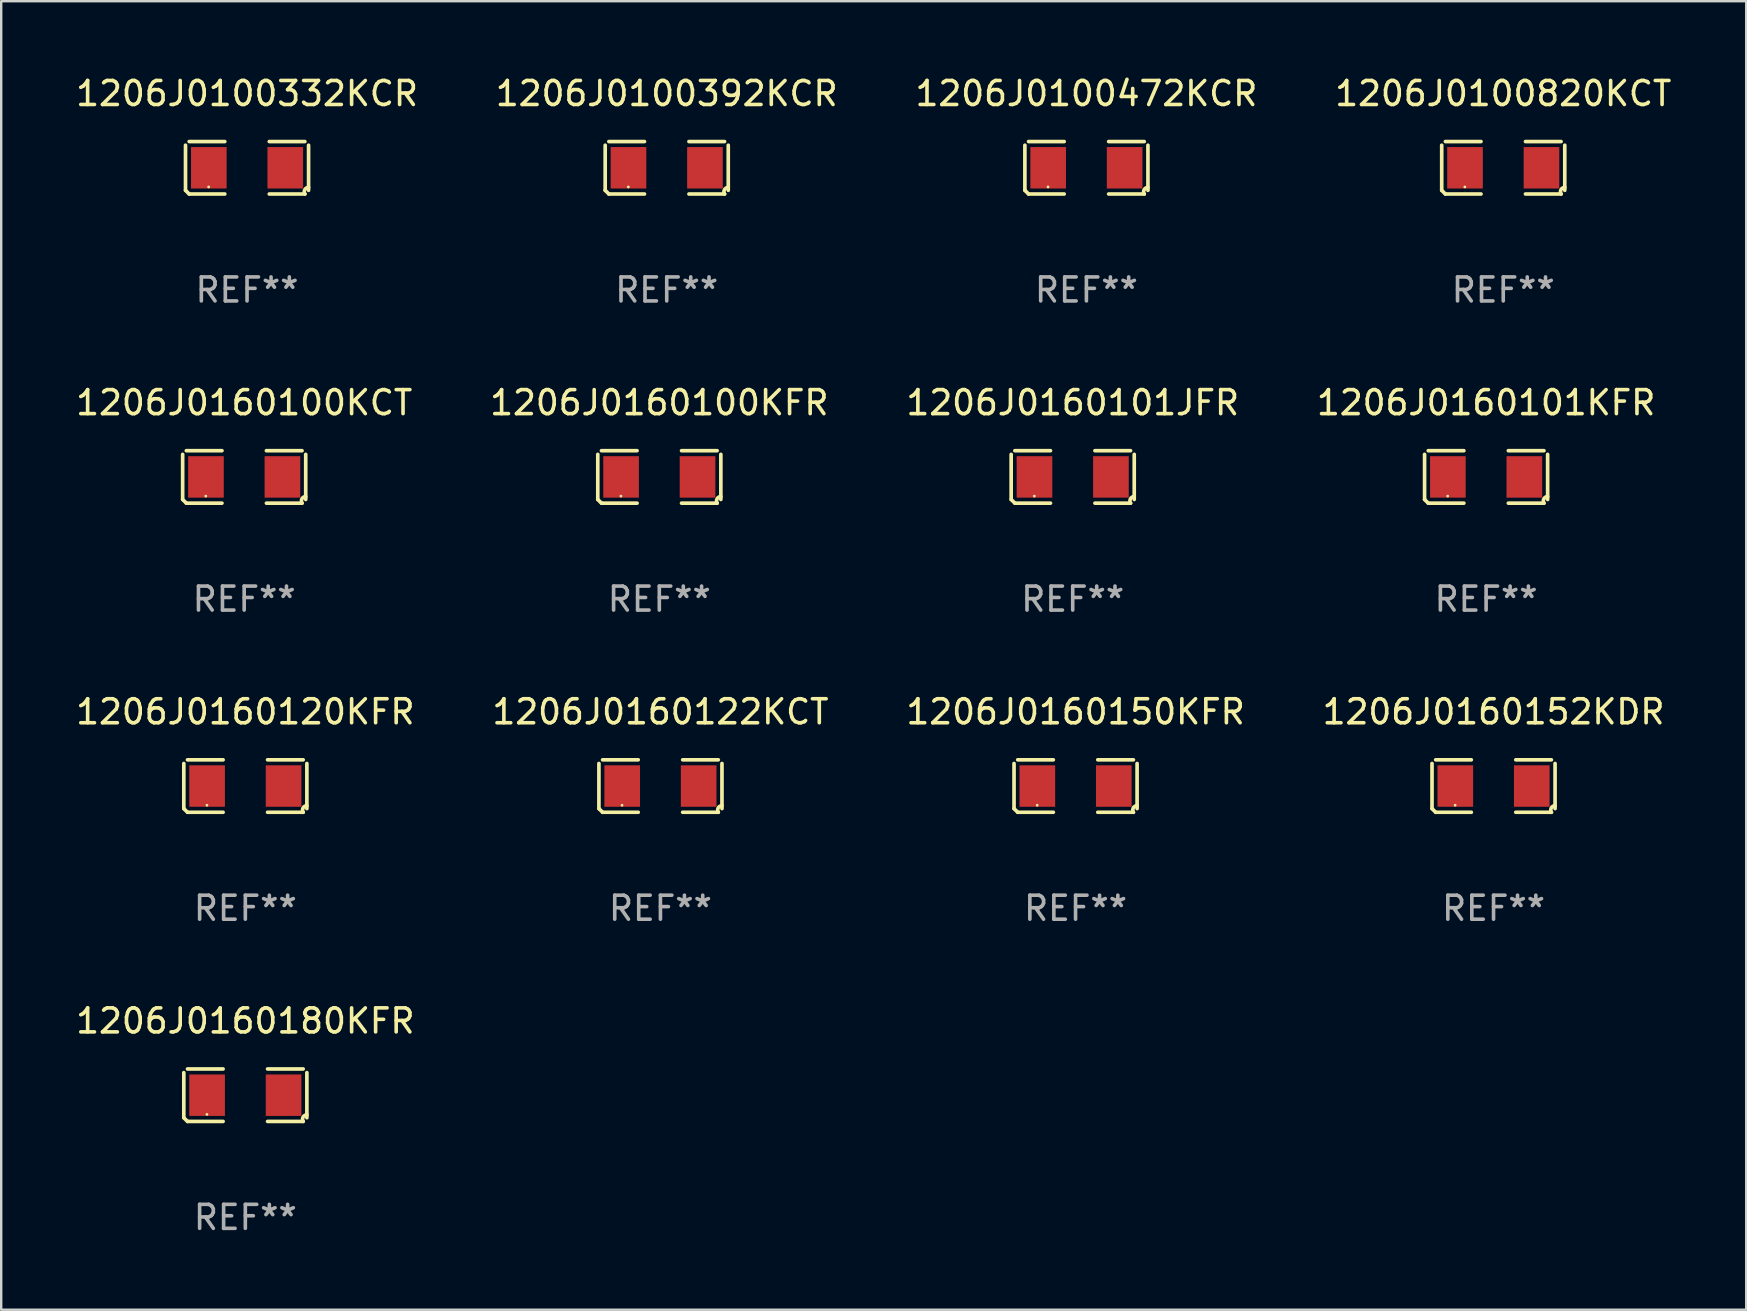
<source format=kicad_pcb>
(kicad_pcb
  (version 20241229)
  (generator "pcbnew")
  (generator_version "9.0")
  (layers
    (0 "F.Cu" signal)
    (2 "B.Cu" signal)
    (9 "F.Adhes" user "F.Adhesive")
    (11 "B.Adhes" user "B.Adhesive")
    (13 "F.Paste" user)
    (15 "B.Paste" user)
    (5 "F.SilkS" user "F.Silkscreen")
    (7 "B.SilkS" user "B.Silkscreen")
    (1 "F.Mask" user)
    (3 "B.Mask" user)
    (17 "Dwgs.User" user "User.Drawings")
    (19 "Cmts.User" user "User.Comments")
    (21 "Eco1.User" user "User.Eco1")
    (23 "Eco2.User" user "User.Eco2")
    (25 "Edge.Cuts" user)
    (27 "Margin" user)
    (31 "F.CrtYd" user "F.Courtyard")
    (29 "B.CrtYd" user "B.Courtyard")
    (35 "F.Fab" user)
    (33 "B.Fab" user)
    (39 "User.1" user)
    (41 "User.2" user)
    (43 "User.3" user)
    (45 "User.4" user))
  (footprint "1206J0160100KFR"
    (layer "F.Cu")
    (at 24.423 16.823)
    (property "Reference" "1206J0160100KFR" (at 0 -3.093 0) (layer "F.SilkS") (effects (font (size 1 1) (thickness 0.15))))
    (attr through_hole)
    (fp_line (start -2.564 0.94) (end -2.564 -0.94) (stroke (width 0.152) (type solid)) (layer "F.SilkS"))
    (fp_line (start -2.411 -1.093) (end -0.926 -1.093) (stroke (width 0.152) (type solid)) (layer "F.SilkS"))
    (fp_line (start -0.926 1.093) (end -2.411 1.093) (stroke (width 0.152) (type solid)) (layer "F.SilkS"))
    (fp_line (start 0.926 1.093) (end 2.411 1.093) (stroke (width 0.152) (type solid)) (layer "F.SilkS"))
    (fp_line (start 2.411 -1.093) (end 0.926 -1.093) (stroke (width 0.152) (type solid)) (layer "F.SilkS"))
    (fp_line (start 2.564 0.94) (end 2.564 -0.94) (stroke (width 0.152) (type solid)) (layer "F.SilkS"))
    (fp_arc (start -2.411201 1.092609) (mid -2.487413 1.01642) (end -2.563602 0.940208) (stroke (width 0.1524) (type solid)) (layer "F.SilkS"))
    (fp_arc (start 2.411201 1.092609) (mid 2.407159 0.911226) (end 2.563602 0.819347) (stroke (width 0.1524) (type solid)) (layer "F.SilkS"))
    (fp_circle (center -1.6 0.8) (end -1.57 0.8) (stroke (width 0.06) (type solid)) (fill no) (layer "F.SilkS"))
    (fp_text user "REF**" (at 0 5.093 0) (layer "F.Fab") (effects (font (size 1 1) (thickness 0.15))))
    (pad "1" smd rect (at -1.593 0) (size 1.485 1.728) (layers "F.Cu" "F.Mask" "F.Paste"))
    (pad "2" smd rect (at 1.593 0) (size 1.485 1.728) (layers "F.Cu" "F.Mask" "F.Paste")))
  (footprint "1206J0160122KCT"
    (layer "F.Cu")
    (at 24.47 29.704)
    (property "Reference" "1206J0160122KCT" (at 0 -3.093 0) (layer "F.SilkS") (effects (font (size 1 1) (thickness 0.15))))
    (attr through_hole)
    (fp_line (start -2.564 0.94) (end -2.564 -0.94) (stroke (width 0.152) (type solid)) (layer "F.SilkS"))
    (fp_line (start -2.411 -1.093) (end -0.926 -1.093) (stroke (width 0.152) (type solid)) (layer "F.SilkS"))
    (fp_line (start -0.926 1.093) (end -2.411 1.093) (stroke (width 0.152) (type solid)) (layer "F.SilkS"))
    (fp_line (start 0.926 1.093) (end 2.411 1.093) (stroke (width 0.152) (type solid)) (layer "F.SilkS"))
    (fp_line (start 2.411 -1.093) (end 0.926 -1.093) (stroke (width 0.152) (type solid)) (layer "F.SilkS"))
    (fp_line (start 2.564 0.94) (end 2.564 -0.94) (stroke (width 0.152) (type solid)) (layer "F.SilkS"))
    (fp_arc (start -2.411201 1.092609) (mid -2.487413 1.01642) (end -2.563602 0.940208) (stroke (width 0.1524) (type solid)) (layer "F.SilkS"))
    (fp_arc (start 2.411201 1.092609) (mid 2.407159 0.911226) (end 2.563602 0.819347) (stroke (width 0.1524) (type solid)) (layer "F.SilkS"))
    (fp_circle (center -1.6 0.8) (end -1.57 0.8) (stroke (width 0.06) (type solid)) (fill no) (layer "F.SilkS"))
    (fp_text user "REF**" (at 0 5.093 0) (layer "F.Fab") (effects (font (size 1 1) (thickness 0.15))))
    (pad "1" smd rect (at -1.593 0) (size 1.485 1.728) (layers "F.Cu" "F.Mask" "F.Paste"))
    (pad "2" smd rect (at 1.593 0) (size 1.485 1.728) (layers "F.Cu" "F.Mask" "F.Paste")))
  (footprint "1206J0100392KCR"
    (layer "F.Cu")
    (at 24.732 3.941)
    (property "Reference" "1206J0100392KCR" (at 0 -3.093 0) (layer "F.SilkS") (effects (font (size 1 1) (thickness 0.15))))
    (attr through_hole)
    (fp_line (start -2.564 0.94) (end -2.564 -0.94) (stroke (width 0.152) (type solid)) (layer "F.SilkS"))
    (fp_line (start -2.411 -1.093) (end -0.926 -1.093) (stroke (width 0.152) (type solid)) (layer "F.SilkS"))
    (fp_line (start -0.926 1.093) (end -2.411 1.093) (stroke (width 0.152) (type solid)) (layer "F.SilkS"))
    (fp_line (start 0.926 1.093) (end 2.411 1.093) (stroke (width 0.152) (type solid)) (layer "F.SilkS"))
    (fp_line (start 2.411 -1.093) (end 0.926 -1.093) (stroke (width 0.152) (type solid)) (layer "F.SilkS"))
    (fp_line (start 2.564 0.94) (end 2.564 -0.94) (stroke (width 0.152) (type solid)) (layer "F.SilkS"))
    (fp_arc (start -2.411201 1.092609) (mid -2.487413 1.01642) (end -2.563602 0.940208) (stroke (width 0.1524) (type solid)) (layer "F.SilkS"))
    (fp_arc (start 2.411201 1.092609) (mid 2.407159 0.911226) (end 2.563602 0.819347) (stroke (width 0.1524) (type solid)) (layer "F.SilkS"))
    (fp_circle (center -1.6 0.8) (end -1.57 0.8) (stroke (width 0.06) (type solid)) (fill no) (layer "F.SilkS"))
    (fp_text user "REF**" (at 0 5.093 0) (layer "F.Fab") (effects (font (size 1 1) (thickness 0.15))))
    (pad "1" smd rect (at -1.593 0) (size 1.485 1.728) (layers "F.Cu" "F.Mask" "F.Paste"))
    (pad "2" smd rect (at 1.593 0) (size 1.485 1.728) (layers "F.Cu" "F.Mask" "F.Paste")))
  (footprint "1206J0160150KFR"
    (layer "F.Cu")
    (at 41.768 29.704)
    (property "Reference" "1206J0160150KFR" (at 0 -3.093 0) (layer "F.SilkS") (effects (font (size 1 1) (thickness 0.15))))
    (attr through_hole)
    (fp_line (start -2.564 0.94) (end -2.564 -0.94) (stroke (width 0.152) (type solid)) (layer "F.SilkS"))
    (fp_line (start -2.411 -1.093) (end -0.926 -1.093) (stroke (width 0.152) (type solid)) (layer "F.SilkS"))
    (fp_line (start -0.926 1.093) (end -2.411 1.093) (stroke (width 0.152) (type solid)) (layer "F.SilkS"))
    (fp_line (start 0.926 1.093) (end 2.411 1.093) (stroke (width 0.152) (type solid)) (layer "F.SilkS"))
    (fp_line (start 2.411 -1.093) (end 0.926 -1.093) (stroke (width 0.152) (type solid)) (layer "F.SilkS"))
    (fp_line (start 2.564 0.94) (end 2.564 -0.94) (stroke (width 0.152) (type solid)) (layer "F.SilkS"))
    (fp_arc (start -2.411201 1.092609) (mid -2.487413 1.01642) (end -2.563602 0.940208) (stroke (width 0.1524) (type solid)) (layer "F.SilkS"))
    (fp_arc (start 2.411201 1.092609) (mid 2.407159 0.911226) (end 2.563602 0.819347) (stroke (width 0.1524) (type solid)) (layer "F.SilkS"))
    (fp_circle (center -1.6 0.8) (end -1.57 0.8) (stroke (width 0.06) (type solid)) (fill no) (layer "F.SilkS"))
    (fp_text user "REF**" (at 0 5.093 0) (layer "F.Fab") (effects (font (size 1 1) (thickness 0.15))))
    (pad "1" smd rect (at -1.593 0) (size 1.485 1.728) (layers "F.Cu" "F.Mask" "F.Paste"))
    (pad "2" smd rect (at 1.593 0) (size 1.485 1.728) (layers "F.Cu" "F.Mask" "F.Paste")))
  (footprint "1206J0160120KFR"
    (layer "F.Cu")
    (at 7.173 29.704)
    (property "Reference" "1206J0160120KFR" (at 0 -3.093 0) (layer "F.SilkS") (effects (font (size 1 1) (thickness 0.15))))
    (attr through_hole)
    (fp_line (start -2.564 0.94) (end -2.564 -0.94) (stroke (width 0.152) (type solid)) (layer "F.SilkS"))
    (fp_line (start -2.411 -1.093) (end -0.926 -1.093) (stroke (width 0.152) (type solid)) (layer "F.SilkS"))
    (fp_line (start -0.926 1.093) (end -2.411 1.093) (stroke (width 0.152) (type solid)) (layer "F.SilkS"))
    (fp_line (start 0.926 1.093) (end 2.411 1.093) (stroke (width 0.152) (type solid)) (layer "F.SilkS"))
    (fp_line (start 2.411 -1.093) (end 0.926 -1.093) (stroke (width 0.152) (type solid)) (layer "F.SilkS"))
    (fp_line (start 2.564 0.94) (end 2.564 -0.94) (stroke (width 0.152) (type solid)) (layer "F.SilkS"))
    (fp_arc (start -2.411201 1.092609) (mid -2.487413 1.01642) (end -2.563602 0.940208) (stroke (width 0.1524) (type solid)) (layer "F.SilkS"))
    (fp_arc (start 2.411201 1.092609) (mid 2.407159 0.911226) (end 2.563602 0.819347) (stroke (width 0.1524) (type solid)) (layer "F.SilkS"))
    (fp_circle (center -1.6 0.8) (end -1.57 0.8) (stroke (width 0.06) (type solid)) (fill no) (layer "F.SilkS"))
    (fp_text user "REF**" (at 0 5.093 0) (layer "F.Fab") (effects (font (size 1 1) (thickness 0.15))))
    (pad "1" smd rect (at -1.593 0) (size 1.485 1.728) (layers "F.Cu" "F.Mask" "F.Paste"))
    (pad "2" smd rect (at 1.593 0) (size 1.485 1.728) (layers "F.Cu" "F.Mask" "F.Paste")))
  (footprint "1206J0100332KCR"
    (layer "F.Cu")
    (at 7.244 3.941)
    (property "Reference" "1206J0100332KCR" (at 0 -3.093 0) (layer "F.SilkS") (effects (font (size 1 1) (thickness 0.15))))
    (attr through_hole)
    (fp_line (start -2.564 0.94) (end -2.564 -0.94) (stroke (width 0.152) (type solid)) (layer "F.SilkS"))
    (fp_line (start -2.411 -1.093) (end -0.926 -1.093) (stroke (width 0.152) (type solid)) (layer "F.SilkS"))
    (fp_line (start -0.926 1.093) (end -2.411 1.093) (stroke (width 0.152) (type solid)) (layer "F.SilkS"))
    (fp_line (start 0.926 1.093) (end 2.411 1.093) (stroke (width 0.152) (type solid)) (layer "F.SilkS"))
    (fp_line (start 2.411 -1.093) (end 0.926 -1.093) (stroke (width 0.152) (type solid)) (layer "F.SilkS"))
    (fp_line (start 2.564 0.94) (end 2.564 -0.94) (stroke (width 0.152) (type solid)) (layer "F.SilkS"))
    (fp_arc (start -2.411201 1.092609) (mid -2.487413 1.01642) (end -2.563602 0.940208) (stroke (width 0.1524) (type solid)) (layer "F.SilkS"))
    (fp_arc (start 2.411201 1.092609) (mid 2.407159 0.911226) (end 2.563602 0.819347) (stroke (width 0.1524) (type solid)) (layer "F.SilkS"))
    (fp_circle (center -1.6 0.8) (end -1.57 0.8) (stroke (width 0.06) (type solid)) (fill no) (layer "F.SilkS"))
    (fp_text user "REF**" (at 0 5.093 0) (layer "F.Fab") (effects (font (size 1 1) (thickness 0.15))))
    (pad "1" smd rect (at -1.593 0) (size 1.485 1.728) (layers "F.Cu" "F.Mask" "F.Paste"))
    (pad "2" smd rect (at 1.593 0) (size 1.485 1.728) (layers "F.Cu" "F.Mask" "F.Paste")))
  (footprint "1206J0160101KFR"
    (layer "F.Cu")
    (at 58.875 16.823)
    (property "Reference" "1206J0160101KFR" (at 0 -3.093 0) (layer "F.SilkS") (effects (font (size 1 1) (thickness 0.15))))
    (attr through_hole)
    (fp_line (start -2.564 0.94) (end -2.564 -0.94) (stroke (width 0.152) (type solid)) (layer "F.SilkS"))
    (fp_line (start -2.411 -1.093) (end -0.926 -1.093) (stroke (width 0.152) (type solid)) (layer "F.SilkS"))
    (fp_line (start -0.926 1.093) (end -2.411 1.093) (stroke (width 0.152) (type solid)) (layer "F.SilkS"))
    (fp_line (start 0.926 1.093) (end 2.411 1.093) (stroke (width 0.152) (type solid)) (layer "F.SilkS"))
    (fp_line (start 2.411 -1.093) (end 0.926 -1.093) (stroke (width 0.152) (type solid)) (layer "F.SilkS"))
    (fp_line (start 2.564 0.94) (end 2.564 -0.94) (stroke (width 0.152) (type solid)) (layer "F.SilkS"))
    (fp_arc (start -2.411201 1.092609) (mid -2.487413 1.01642) (end -2.563602 0.940208) (stroke (width 0.1524) (type solid)) (layer "F.SilkS"))
    (fp_arc (start 2.411201 1.092609) (mid 2.407159 0.911226) (end 2.563602 0.819347) (stroke (width 0.1524) (type solid)) (layer "F.SilkS"))
    (fp_circle (center -1.6 0.8) (end -1.57 0.8) (stroke (width 0.06) (type solid)) (fill no) (layer "F.SilkS"))
    (fp_text user "REF**" (at 0 5.093 0) (layer "F.Fab") (effects (font (size 1 1) (thickness 0.15))))
    (pad "1" smd rect (at -1.593 0) (size 1.485 1.728) (layers "F.Cu" "F.Mask" "F.Paste"))
    (pad "2" smd rect (at 1.593 0) (size 1.485 1.728) (layers "F.Cu" "F.Mask" "F.Paste")))
  (footprint "1206J0100472KCR"
    (layer "F.Cu")
    (at 42.22 3.941)
    (property "Reference" "1206J0100472KCR" (at 0 -3.093 0) (layer "F.SilkS") (effects (font (size 1 1) (thickness 0.15))))
    (attr through_hole)
    (fp_line (start -2.564 0.94) (end -2.564 -0.94) (stroke (width 0.152) (type solid)) (layer "F.SilkS"))
    (fp_line (start -2.411 -1.093) (end -0.926 -1.093) (stroke (width 0.152) (type solid)) (layer "F.SilkS"))
    (fp_line (start -0.926 1.093) (end -2.411 1.093) (stroke (width 0.152) (type solid)) (layer "F.SilkS"))
    (fp_line (start 0.926 1.093) (end 2.411 1.093) (stroke (width 0.152) (type solid)) (layer "F.SilkS"))
    (fp_line (start 2.411 -1.093) (end 0.926 -1.093) (stroke (width 0.152) (type solid)) (layer "F.SilkS"))
    (fp_line (start 2.564 0.94) (end 2.564 -0.94) (stroke (width 0.152) (type solid)) (layer "F.SilkS"))
    (fp_arc (start -2.411201 1.092609) (mid -2.487413 1.01642) (end -2.563602 0.940208) (stroke (width 0.1524) (type solid)) (layer "F.SilkS"))
    (fp_arc (start 2.411201 1.092609) (mid 2.407159 0.911226) (end 2.563602 0.819347) (stroke (width 0.1524) (type solid)) (layer "F.SilkS"))
    (fp_circle (center -1.6 0.8) (end -1.57 0.8) (stroke (width 0.06) (type solid)) (fill no) (layer "F.SilkS"))
    (fp_text user "REF**" (at 0 5.093 0) (layer "F.Fab") (effects (font (size 1 1) (thickness 0.15))))
    (pad "1" smd rect (at -1.593 0) (size 1.485 1.728) (layers "F.Cu" "F.Mask" "F.Paste"))
    (pad "2" smd rect (at 1.593 0) (size 1.485 1.728) (layers "F.Cu" "F.Mask" "F.Paste")))
  (footprint "1206J0160180KFR"
    (layer "F.Cu")
    (at 7.173 42.586)
    (property "Reference" "1206J0160180KFR" (at 0 -3.093 0) (layer "F.SilkS") (effects (font (size 1 1) (thickness 0.15))))
    (attr through_hole)
    (fp_line (start -2.564 0.94) (end -2.564 -0.94) (stroke (width 0.152) (type solid)) (layer "F.SilkS"))
    (fp_line (start -2.411 -1.093) (end -0.926 -1.093) (stroke (width 0.152) (type solid)) (layer "F.SilkS"))
    (fp_line (start -0.926 1.093) (end -2.411 1.093) (stroke (width 0.152) (type solid)) (layer "F.SilkS"))
    (fp_line (start 0.926 1.093) (end 2.411 1.093) (stroke (width 0.152) (type solid)) (layer "F.SilkS"))
    (fp_line (start 2.411 -1.093) (end 0.926 -1.093) (stroke (width 0.152) (type solid)) (layer "F.SilkS"))
    (fp_line (start 2.564 0.94) (end 2.564 -0.94) (stroke (width 0.152) (type solid)) (layer "F.SilkS"))
    (fp_arc (start -2.411201 1.092609) (mid -2.487413 1.01642) (end -2.563602 0.940208) (stroke (width 0.1524) (type solid)) (layer "F.SilkS"))
    (fp_arc (start 2.411201 1.092609) (mid 2.407159 0.911226) (end 2.563602 0.819347) (stroke (width 0.1524) (type solid)) (layer "F.SilkS"))
    (fp_circle (center -1.6 0.8) (end -1.57 0.8) (stroke (width 0.06) (type solid)) (fill no) (layer "F.SilkS"))
    (fp_text user "REF**" (at 0 5.093 0) (layer "F.Fab") (effects (font (size 1 1) (thickness 0.15))))
    (pad "1" smd rect (at -1.593 0) (size 1.485 1.728) (layers "F.Cu" "F.Mask" "F.Paste"))
    (pad "2" smd rect (at 1.593 0) (size 1.485 1.728) (layers "F.Cu" "F.Mask" "F.Paste")))
  (footprint "1206J0160101JFR"
    (layer "F.Cu")
    (at 41.649 16.823)
    (property "Reference" "1206J0160101JFR" (at 0 -3.093 0) (layer "F.SilkS") (effects (font (size 1 1) (thickness 0.15))))
    (attr through_hole)
    (fp_line (start -2.564 0.94) (end -2.564 -0.94) (stroke (width 0.152) (type solid)) (layer "F.SilkS"))
    (fp_line (start -2.411 -1.093) (end -0.926 -1.093) (stroke (width 0.152) (type solid)) (layer "F.SilkS"))
    (fp_line (start -0.926 1.093) (end -2.411 1.093) (stroke (width 0.152) (type solid)) (layer "F.SilkS"))
    (fp_line (start 0.926 1.093) (end 2.411 1.093) (stroke (width 0.152) (type solid)) (layer "F.SilkS"))
    (fp_line (start 2.411 -1.093) (end 0.926 -1.093) (stroke (width 0.152) (type solid)) (layer "F.SilkS"))
    (fp_line (start 2.564 0.94) (end 2.564 -0.94) (stroke (width 0.152) (type solid)) (layer "F.SilkS"))
    (fp_arc (start -2.411201 1.092609) (mid -2.487413 1.01642) (end -2.563602 0.940208) (stroke (width 0.1524) (type solid)) (layer "F.SilkS"))
    (fp_arc (start 2.411201 1.092609) (mid 2.407159 0.911226) (end 2.563602 0.819347) (stroke (width 0.1524) (type solid)) (layer "F.SilkS"))
    (fp_circle (center -1.6 0.8) (end -1.57 0.8) (stroke (width 0.06) (type solid)) (fill no) (layer "F.SilkS"))
    (fp_text user "REF**" (at 0 5.093 0) (layer "F.Fab") (effects (font (size 1 1) (thickness 0.15))))
    (pad "1" smd rect (at -1.593 0) (size 1.485 1.728) (layers "F.Cu" "F.Mask" "F.Paste"))
    (pad "2" smd rect (at 1.593 0) (size 1.485 1.728) (layers "F.Cu" "F.Mask" "F.Paste")))
  (footprint "1206J0160100KCT"
    (layer "F.Cu")
    (at 7.125 16.823)
    (property "Reference" "1206J0160100KCT" (at 0 -3.093 0) (layer "F.SilkS") (effects (font (size 1 1) (thickness 0.15))))
    (attr through_hole)
    (fp_line (start -2.564 0.94) (end -2.564 -0.94) (stroke (width 0.152) (type solid)) (layer "F.SilkS"))
    (fp_line (start -2.411 -1.093) (end -0.926 -1.093) (stroke (width 0.152) (type solid)) (layer "F.SilkS"))
    (fp_line (start -0.926 1.093) (end -2.411 1.093) (stroke (width 0.152) (type solid)) (layer "F.SilkS"))
    (fp_line (start 0.926 1.093) (end 2.411 1.093) (stroke (width 0.152) (type solid)) (layer "F.SilkS"))
    (fp_line (start 2.411 -1.093) (end 0.926 -1.093) (stroke (width 0.152) (type solid)) (layer "F.SilkS"))
    (fp_line (start 2.564 0.94) (end 2.564 -0.94) (stroke (width 0.152) (type solid)) (layer "F.SilkS"))
    (fp_arc (start -2.411201 1.092609) (mid -2.487413 1.01642) (end -2.563602 0.940208) (stroke (width 0.1524) (type solid)) (layer "F.SilkS"))
    (fp_arc (start 2.411201 1.092609) (mid 2.407159 0.911226) (end 2.563602 0.819347) (stroke (width 0.1524) (type solid)) (layer "F.SilkS"))
    (fp_circle (center -1.6 0.8) (end -1.57 0.8) (stroke (width 0.06) (type solid)) (fill no) (layer "F.SilkS"))
    (fp_text user "REF**" (at 0 5.093 0) (layer "F.Fab") (effects (font (size 1 1) (thickness 0.15))))
    (pad "1" smd rect (at -1.593 0) (size 1.485 1.728) (layers "F.Cu" "F.Mask" "F.Paste"))
    (pad "2" smd rect (at 1.593 0) (size 1.485 1.728) (layers "F.Cu" "F.Mask" "F.Paste")))
  (footprint "1206J0100820KCT"
    (layer "F.Cu")
    (at 59.589 3.941)
    (property "Reference" "1206J0100820KCT" (at 0 -3.093 0) (layer "F.SilkS") (effects (font (size 1 1) (thickness 0.15))))
    (attr through_hole)
    (fp_line (start -2.564 0.94) (end -2.564 -0.94) (stroke (width 0.152) (type solid)) (layer "F.SilkS"))
    (fp_line (start -2.411 -1.093) (end -0.926 -1.093) (stroke (width 0.152) (type solid)) (layer "F.SilkS"))
    (fp_line (start -0.926 1.093) (end -2.411 1.093) (stroke (width 0.152) (type solid)) (layer "F.SilkS"))
    (fp_line (start 0.926 1.093) (end 2.411 1.093) (stroke (width 0.152) (type solid)) (layer "F.SilkS"))
    (fp_line (start 2.411 -1.093) (end 0.926 -1.093) (stroke (width 0.152) (type solid)) (layer "F.SilkS"))
    (fp_line (start 2.564 0.94) (end 2.564 -0.94) (stroke (width 0.152) (type solid)) (layer "F.SilkS"))
    (fp_arc (start -2.411201 1.092609) (mid -2.487413 1.01642) (end -2.563602 0.940208) (stroke (width 0.1524) (type solid)) (layer "F.SilkS"))
    (fp_arc (start 2.411201 1.092609) (mid 2.407159 0.911226) (end 2.563602 0.819347) (stroke (width 0.1524) (type solid)) (layer "F.SilkS"))
    (fp_circle (center -1.6 0.8) (end -1.57 0.8) (stroke (width 0.06) (type solid)) (fill no) (layer "F.SilkS"))
    (fp_text user "REF**" (at 0 5.093 0) (layer "F.Fab") (effects (font (size 1 1) (thickness 0.15))))
    (pad "1" smd rect (at -1.593 0) (size 1.485 1.728) (layers "F.Cu" "F.Mask" "F.Paste"))
    (pad "2" smd rect (at 1.593 0) (size 1.485 1.728) (layers "F.Cu" "F.Mask" "F.Paste")))
  (footprint "1206J0160152KDR"
    (layer "F.Cu")
    (at 59.185 29.704)
    (property "Reference" "1206J0160152KDR" (at 0 -3.093 0) (layer "F.SilkS") (effects (font (size 1 1) (thickness 0.15))))
    (attr through_hole)
    (fp_line (start -2.564 0.94) (end -2.564 -0.94) (stroke (width 0.152) (type solid)) (layer "F.SilkS"))
    (fp_line (start -2.411 -1.093) (end -0.926 -1.093) (stroke (width 0.152) (type solid)) (layer "F.SilkS"))
    (fp_line (start -0.926 1.093) (end -2.411 1.093) (stroke (width 0.152) (type solid)) (layer "F.SilkS"))
    (fp_line (start 0.926 1.093) (end 2.411 1.093) (stroke (width 0.152) (type solid)) (layer "F.SilkS"))
    (fp_line (start 2.411 -1.093) (end 0.926 -1.093) (stroke (width 0.152) (type solid)) (layer "F.SilkS"))
    (fp_line (start 2.564 0.94) (end 2.564 -0.94) (stroke (width 0.152) (type solid)) (layer "F.SilkS"))
    (fp_arc (start -2.411201 1.092609) (mid -2.487413 1.01642) (end -2.563602 0.940208) (stroke (width 0.1524) (type solid)) (layer "F.SilkS"))
    (fp_arc (start 2.411201 1.092609) (mid 2.407159 0.911226) (end 2.563602 0.819347) (stroke (width 0.1524) (type solid)) (layer "F.SilkS"))
    (fp_circle (center -1.6 0.8) (end -1.57 0.8) (stroke (width 0.06) (type solid)) (fill no) (layer "F.SilkS"))
    (fp_text user "REF**" (at 0 5.093 0) (layer "F.Fab") (effects (font (size 1 1) (thickness 0.15))))
    (pad "1" smd rect (at -1.593 0) (size 1.485 1.728) (layers "F.Cu" "F.Mask" "F.Paste"))
    (pad "2" smd rect (at 1.593 0) (size 1.485 1.728) (layers "F.Cu" "F.Mask" "F.Paste")))
  (gr_rect
    (start -3 -3)
    (end 69.714 51.527)
    (stroke (width 0.1) (type default))
    (fill no)
    (layer "Edge.Cuts")))
</source>
